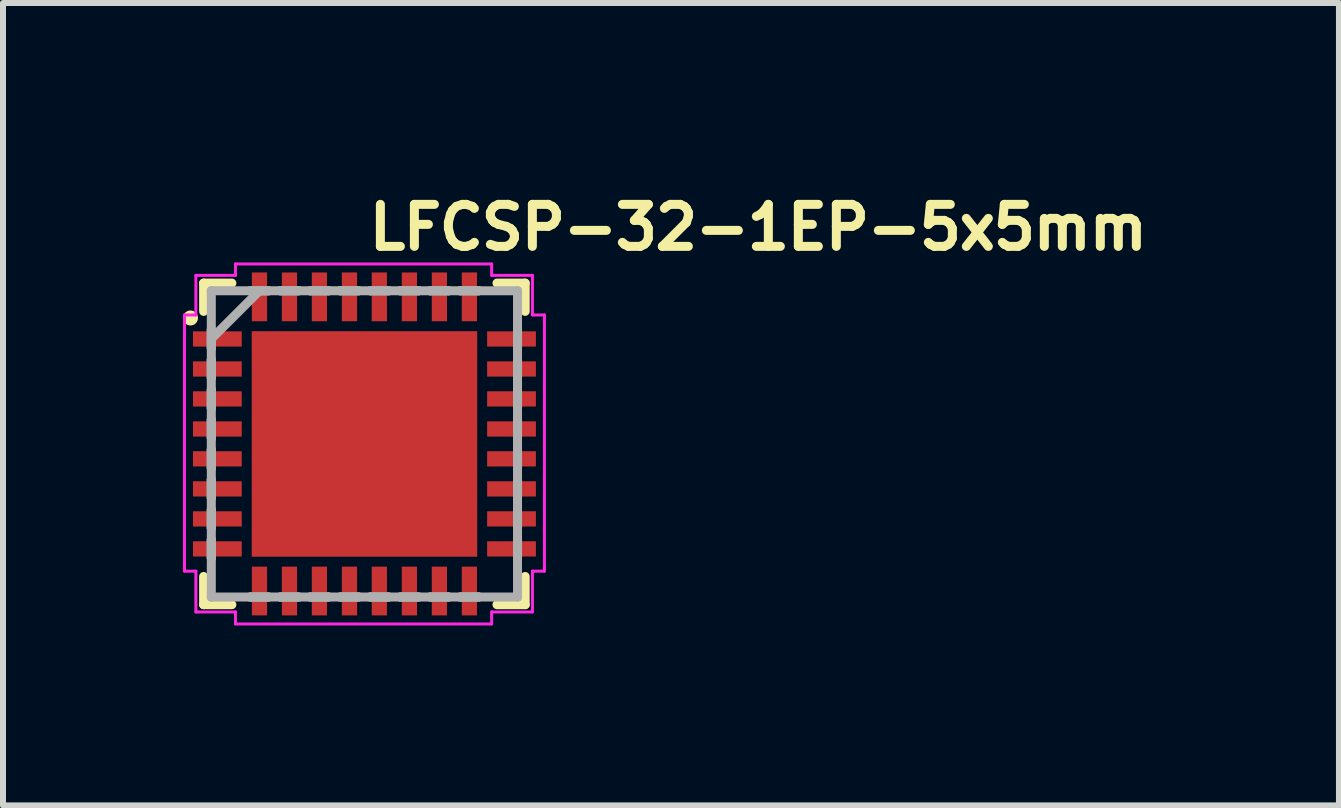
<source format=kicad_pcb>
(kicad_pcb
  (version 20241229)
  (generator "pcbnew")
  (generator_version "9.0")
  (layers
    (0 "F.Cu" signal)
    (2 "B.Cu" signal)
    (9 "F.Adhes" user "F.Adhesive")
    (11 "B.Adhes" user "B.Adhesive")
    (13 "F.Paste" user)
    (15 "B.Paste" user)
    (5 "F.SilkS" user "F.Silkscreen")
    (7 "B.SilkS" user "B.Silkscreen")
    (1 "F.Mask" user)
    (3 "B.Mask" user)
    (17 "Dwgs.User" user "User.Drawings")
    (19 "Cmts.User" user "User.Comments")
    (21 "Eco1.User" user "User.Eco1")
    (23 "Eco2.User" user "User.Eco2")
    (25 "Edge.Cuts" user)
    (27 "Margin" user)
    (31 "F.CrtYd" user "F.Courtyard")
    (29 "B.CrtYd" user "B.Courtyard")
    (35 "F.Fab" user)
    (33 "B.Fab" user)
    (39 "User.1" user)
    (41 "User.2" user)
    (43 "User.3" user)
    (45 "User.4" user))
  (footprint "LFCSP-32-1EP-5x5mm"
    (layer "F.Cu")
    (at 3.025 4.35)
    (property "Reference" "LFCSP-32-1EP-5x5mm" (at 0 -3.2 0) (layer "F.SilkS") (effects (font (size 0.7 0.7) (thickness 0.15)) (justify left bottom)))
    (attr smd)
    (fp_line (start -2.681 -2.681) (end -2.681 -2.21) (stroke (width 0.15) (type solid)) (layer "F.SilkS"))
    (fp_line (start -2.681 2.209) (end -2.681 2.679) (stroke (width 0.15) (type solid)) (layer "F.SilkS"))
    (fp_line (start -2.681 2.679) (end -2.21 2.679) (stroke (width 0.15) (type solid)) (layer "F.SilkS"))
    (fp_line (start -2.21 -2.681) (end -2.681 -2.681) (stroke (width 0.15) (type solid)) (layer "F.SilkS"))
    (fp_line (start 2.209 2.679) (end 2.679 2.679) (stroke (width 0.15) (type solid)) (layer "F.SilkS"))
    (fp_line (start 2.679 -2.681) (end 2.209 -2.681) (stroke (width 0.15) (type solid)) (layer "F.SilkS"))
    (fp_line (start 2.679 -2.21) (end 2.679 -2.681) (stroke (width 0.15) (type solid)) (layer "F.SilkS"))
    (fp_line (start 2.679 2.679) (end 2.679 2.209) (stroke (width 0.15) (type solid)) (layer "F.SilkS"))
    (fp_circle (center -2.9 -2.1) (end -2.85 -2.1) (stroke (width 0.15) (type solid)) (fill yes) (layer "F.SilkS"))
    (fp_line (start -3 -2.15) (end -2.81 -2.15) (stroke (width 0.05) (type solid)) (layer "F.CrtYd"))
    (fp_line (start -3 2.12) (end -3 -2.15) (stroke (width 0.05) (type solid)) (layer "F.CrtYd"))
    (fp_line (start -2.81 -2.81) (end -2.15 -2.81) (stroke (width 0.05) (type solid)) (layer "F.CrtYd"))
    (fp_line (start -2.81 -2.15) (end -2.81 -2.81) (stroke (width 0.05) (type solid)) (layer "F.CrtYd"))
    (fp_line (start -2.81 2.12) (end -3 2.12) (stroke (width 0.05) (type solid)) (layer "F.CrtYd"))
    (fp_line (start -2.81 2.8) (end -2.81 2.12) (stroke (width 0.05) (type solid)) (layer "F.CrtYd"))
    (fp_line (start -2.15 -3) (end 2.12 -3) (stroke (width 0.05) (type solid)) (layer "F.CrtYd"))
    (fp_line (start -2.15 -2.81) (end -2.15 -3) (stroke (width 0.05) (type solid)) (layer "F.CrtYd"))
    (fp_line (start -2.15 2.8) (end -2.81 2.8) (stroke (width 0.05) (type solid)) (layer "F.CrtYd"))
    (fp_line (start -2.15 3) (end -2.15 2.8) (stroke (width 0.05) (type solid)) (layer "F.CrtYd"))
    (fp_line (start 2.12 -3) (end 2.12 -2.81) (stroke (width 0.05) (type solid)) (layer "F.CrtYd"))
    (fp_line (start 2.12 -2.81) (end 2.8 -2.81) (stroke (width 0.05) (type solid)) (layer "F.CrtYd"))
    (fp_line (start 2.12 2.8) (end 2.12 3) (stroke (width 0.05) (type solid)) (layer "F.CrtYd"))
    (fp_line (start 2.12 3) (end -2.15 3) (stroke (width 0.05) (type solid)) (layer "F.CrtYd"))
    (fp_line (start 2.8 -2.81) (end 2.8 -2.15) (stroke (width 0.05) (type solid)) (layer "F.CrtYd"))
    (fp_line (start 2.8 -2.15) (end 3 -2.15) (stroke (width 0.05) (type solid)) (layer "F.CrtYd"))
    (fp_line (start 2.8 2.12) (end 2.8 2.8) (stroke (width 0.05) (type solid)) (layer "F.CrtYd"))
    (fp_line (start 2.8 2.8) (end 2.12 2.8) (stroke (width 0.05) (type solid)) (layer "F.CrtYd"))
    (fp_line (start 3 -2.15) (end 3 2.12) (stroke (width 0.05) (type solid)) (layer "F.CrtYd"))
    (fp_line (start 3 2.12) (end 2.8 2.12) (stroke (width 0.05) (type solid)) (layer "F.CrtYd"))
    (fp_line (start -2.553 -2.553) (end -2.553 -2.553) (stroke (width 0.15) (type solid)) (layer "F.Fab"))
    (fp_line (start -2.553 -2.553) (end -2.553 2.551) (stroke (width 0.15) (type solid)) (layer "F.Fab"))
    (fp_line (start -2.553 -1.903) (end -2.553 -1.903) (stroke (width 0.15) (type solid)) (layer "F.Fab"))
    (fp_line (start -2.553 -1.903) (end -2.553 -1.599) (stroke (width 0.15) (type solid)) (layer "F.Fab"))
    (fp_line (start -2.553 -1.751) (end -1.751 -2.553) (stroke (width 0.15) (type solid)) (layer "F.Fab"))
    (fp_line (start -2.553 -1.599) (end -2.553 -1.903) (stroke (width 0.15) (type solid)) (layer "F.Fab"))
    (fp_line (start -2.553 -1.599) (end -2.553 -1.599) (stroke (width 0.15) (type solid)) (layer "F.Fab"))
    (fp_line (start -2.553 -1.403) (end -2.553 -1.403) (stroke (width 0.15) (type solid)) (layer "F.Fab"))
    (fp_line (start -2.553 -1.403) (end -2.553 -1.099) (stroke (width 0.15) (type solid)) (layer "F.Fab"))
    (fp_line (start -2.553 -1.099) (end -2.553 -1.403) (stroke (width 0.15) (type solid)) (layer "F.Fab"))
    (fp_line (start -2.553 -1.099) (end -2.553 -1.099) (stroke (width 0.15) (type solid)) (layer "F.Fab"))
    (fp_line (start -2.553 -0.904) (end -2.553 -0.904) (stroke (width 0.15) (type solid)) (layer "F.Fab"))
    (fp_line (start -2.553 -0.904) (end -2.553 -0.598) (stroke (width 0.15) (type solid)) (layer "F.Fab"))
    (fp_line (start -2.553 -0.598) (end -2.553 -0.904) (stroke (width 0.15) (type solid)) (layer "F.Fab"))
    (fp_line (start -2.553 -0.598) (end -2.553 -0.598) (stroke (width 0.15) (type solid)) (layer "F.Fab"))
    (fp_line (start -2.553 -0.404) (end -2.553 -0.404) (stroke (width 0.15) (type solid)) (layer "F.Fab"))
    (fp_line (start -2.553 -0.404) (end -2.553 -0.099) (stroke (width 0.15) (type solid)) (layer "F.Fab"))
    (fp_line (start -2.553 -0.099) (end -2.553 -0.404) (stroke (width 0.15) (type solid)) (layer "F.Fab"))
    (fp_line (start -2.553 -0.099) (end -2.553 -0.099) (stroke (width 0.15) (type solid)) (layer "F.Fab"))
    (fp_line (start -2.553 0.097) (end -2.553 0.097) (stroke (width 0.15) (type solid)) (layer "F.Fab"))
    (fp_line (start -2.553 0.097) (end -2.553 0.402) (stroke (width 0.15) (type solid)) (layer "F.Fab"))
    (fp_line (start -2.553 0.402) (end -2.553 0.097) (stroke (width 0.15) (type solid)) (layer "F.Fab"))
    (fp_line (start -2.553 0.402) (end -2.553 0.402) (stroke (width 0.15) (type solid)) (layer "F.Fab"))
    (fp_line (start -2.553 0.596) (end -2.553 0.596) (stroke (width 0.15) (type solid)) (layer "F.Fab"))
    (fp_line (start -2.553 0.596) (end -2.553 0.902) (stroke (width 0.15) (type solid)) (layer "F.Fab"))
    (fp_line (start -2.553 0.902) (end -2.553 0.596) (stroke (width 0.15) (type solid)) (layer "F.Fab"))
    (fp_line (start -2.553 0.902) (end -2.553 0.902) (stroke (width 0.15) (type solid)) (layer "F.Fab"))
    (fp_line (start -2.553 1.096) (end -2.553 1.096) (stroke (width 0.15) (type solid)) (layer "F.Fab"))
    (fp_line (start -2.553 1.096) (end -2.553 1.402) (stroke (width 0.15) (type solid)) (layer "F.Fab"))
    (fp_line (start -2.553 1.402) (end -2.553 1.096) (stroke (width 0.15) (type solid)) (layer "F.Fab"))
    (fp_line (start -2.553 1.402) (end -2.553 1.402) (stroke (width 0.15) (type solid)) (layer "F.Fab"))
    (fp_line (start -2.553 1.596) (end -2.553 1.596) (stroke (width 0.15) (type solid)) (layer "F.Fab"))
    (fp_line (start -2.553 1.596) (end -2.553 1.902) (stroke (width 0.15) (type solid)) (layer "F.Fab"))
    (fp_line (start -2.553 1.902) (end -2.553 1.596) (stroke (width 0.15) (type solid)) (layer "F.Fab"))
    (fp_line (start -2.553 1.902) (end -2.553 1.902) (stroke (width 0.15) (type solid)) (layer "F.Fab"))
    (fp_line (start -2.553 2.551) (end -2.553 2.551) (stroke (width 0.15) (type solid)) (layer "F.Fab"))
    (fp_line (start -2.553 2.551) (end 2.551 2.551) (stroke (width 0.15) (type solid)) (layer "F.Fab"))
    (fp_line (start -1.903 -2.553) (end -1.903 -2.553) (stroke (width 0.15) (type solid)) (layer "F.Fab"))
    (fp_line (start -1.903 -2.553) (end -1.599 -2.553) (stroke (width 0.15) (type solid)) (layer "F.Fab"))
    (fp_line (start -1.903 2.551) (end -1.903 2.551) (stroke (width 0.15) (type solid)) (layer "F.Fab"))
    (fp_line (start -1.903 2.551) (end -1.599 2.551) (stroke (width 0.15) (type solid)) (layer "F.Fab"))
    (fp_line (start -1.599 -2.553) (end -1.903 -2.553) (stroke (width 0.15) (type solid)) (layer "F.Fab"))
    (fp_line (start -1.599 -2.553) (end -1.599 -2.553) (stroke (width 0.15) (type solid)) (layer "F.Fab"))
    (fp_line (start -1.599 2.551) (end -1.903 2.551) (stroke (width 0.15) (type solid)) (layer "F.Fab"))
    (fp_line (start -1.599 2.551) (end -1.599 2.551) (stroke (width 0.15) (type solid)) (layer "F.Fab"))
    (fp_line (start -1.403 -2.553) (end -1.403 -2.553) (stroke (width 0.15) (type solid)) (layer "F.Fab"))
    (fp_line (start -1.403 -2.553) (end -1.099 -2.553) (stroke (width 0.15) (type solid)) (layer "F.Fab"))
    (fp_line (start -1.403 2.551) (end -1.403 2.551) (stroke (width 0.15) (type solid)) (layer "F.Fab"))
    (fp_line (start -1.403 2.551) (end -1.099 2.551) (stroke (width 0.15) (type solid)) (layer "F.Fab"))
    (fp_line (start -1.099 -2.553) (end -1.403 -2.553) (stroke (width 0.15) (type solid)) (layer "F.Fab"))
    (fp_line (start -1.099 -2.553) (end -1.099 -2.553) (stroke (width 0.15) (type solid)) (layer "F.Fab"))
    (fp_line (start -1.099 2.551) (end -1.403 2.551) (stroke (width 0.15) (type solid)) (layer "F.Fab"))
    (fp_line (start -1.099 2.551) (end -1.099 2.551) (stroke (width 0.15) (type solid)) (layer "F.Fab"))
    (fp_line (start -0.904 -2.553) (end -0.904 -2.553) (stroke (width 0.15) (type solid)) (layer "F.Fab"))
    (fp_line (start -0.904 -2.553) (end -0.598 -2.553) (stroke (width 0.15) (type solid)) (layer "F.Fab"))
    (fp_line (start -0.904 2.551) (end -0.904 2.551) (stroke (width 0.15) (type solid)) (layer "F.Fab"))
    (fp_line (start -0.904 2.551) (end -0.598 2.551) (stroke (width 0.15) (type solid)) (layer "F.Fab"))
    (fp_line (start -0.598 -2.553) (end -0.904 -2.553) (stroke (width 0.15) (type solid)) (layer "F.Fab"))
    (fp_line (start -0.598 -2.553) (end -0.598 -2.553) (stroke (width 0.15) (type solid)) (layer "F.Fab"))
    (fp_line (start -0.598 2.551) (end -0.904 2.551) (stroke (width 0.15) (type solid)) (layer "F.Fab"))
    (fp_line (start -0.598 2.551) (end -0.598 2.551) (stroke (width 0.15) (type solid)) (layer "F.Fab"))
    (fp_line (start -0.404 -2.553) (end -0.404 -2.553) (stroke (width 0.15) (type solid)) (layer "F.Fab"))
    (fp_line (start -0.404 -2.553) (end -0.099 -2.553) (stroke (width 0.15) (type solid)) (layer "F.Fab"))
    (fp_line (start -0.404 2.551) (end -0.404 2.551) (stroke (width 0.15) (type solid)) (layer "F.Fab"))
    (fp_line (start -0.404 2.551) (end -0.099 2.551) (stroke (width 0.15) (type solid)) (layer "F.Fab"))
    (fp_line (start -0.099 -2.553) (end -0.404 -2.553) (stroke (width 0.15) (type solid)) (layer "F.Fab"))
    (fp_line (start -0.099 -2.553) (end -0.099 -2.553) (stroke (width 0.15) (type solid)) (layer "F.Fab"))
    (fp_line (start -0.099 2.551) (end -0.404 2.551) (stroke (width 0.15) (type solid)) (layer "F.Fab"))
    (fp_line (start -0.099 2.551) (end -0.099 2.551) (stroke (width 0.15) (type solid)) (layer "F.Fab"))
    (fp_line (start 0.097 -2.553) (end 0.097 -2.553) (stroke (width 0.15) (type solid)) (layer "F.Fab"))
    (fp_line (start 0.097 -2.553) (end 0.402 -2.553) (stroke (width 0.15) (type solid)) (layer "F.Fab"))
    (fp_line (start 0.097 2.551) (end 0.097 2.551) (stroke (width 0.15) (type solid)) (layer "F.Fab"))
    (fp_line (start 0.097 2.551) (end 0.402 2.551) (stroke (width 0.15) (type solid)) (layer "F.Fab"))
    (fp_line (start 0.402 -2.553) (end 0.097 -2.553) (stroke (width 0.15) (type solid)) (layer "F.Fab"))
    (fp_line (start 0.402 -2.553) (end 0.402 -2.553) (stroke (width 0.15) (type solid)) (layer "F.Fab"))
    (fp_line (start 0.402 2.551) (end 0.097 2.551) (stroke (width 0.15) (type solid)) (layer "F.Fab"))
    (fp_line (start 0.402 2.551) (end 0.402 2.551) (stroke (width 0.15) (type solid)) (layer "F.Fab"))
    (fp_line (start 0.596 -2.553) (end 0.596 -2.553) (stroke (width 0.15) (type solid)) (layer "F.Fab"))
    (fp_line (start 0.596 -2.553) (end 0.902 -2.553) (stroke (width 0.15) (type solid)) (layer "F.Fab"))
    (fp_line (start 0.596 2.551) (end 0.596 2.551) (stroke (width 0.15) (type solid)) (layer "F.Fab"))
    (fp_line (start 0.596 2.551) (end 0.902 2.551) (stroke (width 0.15) (type solid)) (layer "F.Fab"))
    (fp_line (start 0.902 -2.553) (end 0.596 -2.553) (stroke (width 0.15) (type solid)) (layer "F.Fab"))
    (fp_line (start 0.902 -2.553) (end 0.902 -2.553) (stroke (width 0.15) (type solid)) (layer "F.Fab"))
    (fp_line (start 0.902 2.551) (end 0.596 2.551) (stroke (width 0.15) (type solid)) (layer "F.Fab"))
    (fp_line (start 0.902 2.551) (end 0.902 2.551) (stroke (width 0.15) (type solid)) (layer "F.Fab"))
    (fp_line (start 1.096 -2.553) (end 1.096 -2.553) (stroke (width 0.15) (type solid)) (layer "F.Fab"))
    (fp_line (start 1.096 -2.553) (end 1.402 -2.553) (stroke (width 0.15) (type solid)) (layer "F.Fab"))
    (fp_line (start 1.096 2.551) (end 1.096 2.551) (stroke (width 0.15) (type solid)) (layer "F.Fab"))
    (fp_line (start 1.096 2.551) (end 1.402 2.551) (stroke (width 0.15) (type solid)) (layer "F.Fab"))
    (fp_line (start 1.402 -2.553) (end 1.096 -2.553) (stroke (width 0.15) (type solid)) (layer "F.Fab"))
    (fp_line (start 1.402 -2.553) (end 1.402 -2.553) (stroke (width 0.15) (type solid)) (layer "F.Fab"))
    (fp_line (start 1.402 2.551) (end 1.096 2.551) (stroke (width 0.15) (type solid)) (layer "F.Fab"))
    (fp_line (start 1.402 2.551) (end 1.402 2.551) (stroke (width 0.15) (type solid)) (layer "F.Fab"))
    (fp_line (start 1.596 -2.553) (end 1.596 -2.553) (stroke (width 0.15) (type solid)) (layer "F.Fab"))
    (fp_line (start 1.596 -2.553) (end 1.902 -2.553) (stroke (width 0.15) (type solid)) (layer "F.Fab"))
    (fp_line (start 1.596 2.551) (end 1.596 2.551) (stroke (width 0.15) (type solid)) (layer "F.Fab"))
    (fp_line (start 1.596 2.551) (end 1.902 2.551) (stroke (width 0.15) (type solid)) (layer "F.Fab"))
    (fp_line (start 1.902 -2.553) (end 1.596 -2.553) (stroke (width 0.15) (type solid)) (layer "F.Fab"))
    (fp_line (start 1.902 -2.553) (end 1.902 -2.553) (stroke (width 0.15) (type solid)) (layer "F.Fab"))
    (fp_line (start 1.902 2.551) (end 1.596 2.551) (stroke (width 0.15) (type solid)) (layer "F.Fab"))
    (fp_line (start 1.902 2.551) (end 1.902 2.551) (stroke (width 0.15) (type solid)) (layer "F.Fab"))
    (fp_line (start 2.551 -2.553) (end -2.553 -2.553) (stroke (width 0.15) (type solid)) (layer "F.Fab"))
    (fp_line (start 2.551 -2.553) (end 2.551 -2.553) (stroke (width 0.15) (type solid)) (layer "F.Fab"))
    (fp_line (start 2.551 -1.903) (end 2.551 -1.903) (stroke (width 0.15) (type solid)) (layer "F.Fab"))
    (fp_line (start 2.551 -1.903) (end 2.551 -1.599) (stroke (width 0.15) (type solid)) (layer "F.Fab"))
    (fp_line (start 2.551 -1.599) (end 2.551 -1.903) (stroke (width 0.15) (type solid)) (layer "F.Fab"))
    (fp_line (start 2.551 -1.599) (end 2.551 -1.599) (stroke (width 0.15) (type solid)) (layer "F.Fab"))
    (fp_line (start 2.551 -1.403) (end 2.551 -1.403) (stroke (width 0.15) (type solid)) (layer "F.Fab"))
    (fp_line (start 2.551 -1.403) (end 2.551 -1.099) (stroke (width 0.15) (type solid)) (layer "F.Fab"))
    (fp_line (start 2.551 -1.099) (end 2.551 -1.403) (stroke (width 0.15) (type solid)) (layer "F.Fab"))
    (fp_line (start 2.551 -1.099) (end 2.551 -1.099) (stroke (width 0.15) (type solid)) (layer "F.Fab"))
    (fp_line (start 2.551 -0.904) (end 2.551 -0.904) (stroke (width 0.15) (type solid)) (layer "F.Fab"))
    (fp_line (start 2.551 -0.904) (end 2.551 -0.598) (stroke (width 0.15) (type solid)) (layer "F.Fab"))
    (fp_line (start 2.551 -0.598) (end 2.551 -0.904) (stroke (width 0.15) (type solid)) (layer "F.Fab"))
    (fp_line (start 2.551 -0.598) (end 2.551 -0.598) (stroke (width 0.15) (type solid)) (layer "F.Fab"))
    (fp_line (start 2.551 -0.404) (end 2.551 -0.404) (stroke (width 0.15) (type solid)) (layer "F.Fab"))
    (fp_line (start 2.551 -0.404) (end 2.551 -0.099) (stroke (width 0.15) (type solid)) (layer "F.Fab"))
    (fp_line (start 2.551 -0.099) (end 2.551 -0.404) (stroke (width 0.15) (type solid)) (layer "F.Fab"))
    (fp_line (start 2.551 -0.099) (end 2.551 -0.099) (stroke (width 0.15) (type solid)) (layer "F.Fab"))
    (fp_line (start 2.551 0.097) (end 2.551 0.097) (stroke (width 0.15) (type solid)) (layer "F.Fab"))
    (fp_line (start 2.551 0.097) (end 2.551 0.402) (stroke (width 0.15) (type solid)) (layer "F.Fab"))
    (fp_line (start 2.551 0.402) (end 2.551 0.097) (stroke (width 0.15) (type solid)) (layer "F.Fab"))
    (fp_line (start 2.551 0.402) (end 2.551 0.402) (stroke (width 0.15) (type solid)) (layer "F.Fab"))
    (fp_line (start 2.551 0.596) (end 2.551 0.596) (stroke (width 0.15) (type solid)) (layer "F.Fab"))
    (fp_line (start 2.551 0.596) (end 2.551 0.902) (stroke (width 0.15) (type solid)) (layer "F.Fab"))
    (fp_line (start 2.551 0.902) (end 2.551 0.596) (stroke (width 0.15) (type solid)) (layer "F.Fab"))
    (fp_line (start 2.551 0.902) (end 2.551 0.902) (stroke (width 0.15) (type solid)) (layer "F.Fab"))
    (fp_line (start 2.551 1.096) (end 2.551 1.096) (stroke (width 0.15) (type solid)) (layer "F.Fab"))
    (fp_line (start 2.551 1.096) (end 2.551 1.402) (stroke (width 0.15) (type solid)) (layer "F.Fab"))
    (fp_line (start 2.551 1.402) (end 2.551 1.096) (stroke (width 0.15) (type solid)) (layer "F.Fab"))
    (fp_line (start 2.551 1.402) (end 2.551 1.402) (stroke (width 0.15) (type solid)) (layer "F.Fab"))
    (fp_line (start 2.551 1.596) (end 2.551 1.596) (stroke (width 0.15) (type solid)) (layer "F.Fab"))
    (fp_line (start 2.551 1.596) (end 2.551 1.902) (stroke (width 0.15) (type solid)) (layer "F.Fab"))
    (fp_line (start 2.551 1.902) (end 2.551 1.596) (stroke (width 0.15) (type solid)) (layer "F.Fab"))
    (fp_line (start 2.551 1.902) (end 2.551 1.902) (stroke (width 0.15) (type solid)) (layer "F.Fab"))
    (fp_line (start 2.551 2.551) (end 2.551 -2.553) (stroke (width 0.15) (type solid)) (layer "F.Fab"))
    (fp_line (start 2.551 2.551) (end 2.551 2.551) (stroke (width 0.15) (type solid)) (layer "F.Fab"))
    (fp_rect (start -2.501 -2.501) (end 2.499 2.499) (stroke (width 0.1) (type solid)) (fill no) (layer "User.5"))
    (fp_line (start -2.501 -1.875) (end -2.5 -1.875) (stroke (width 0.02) (type solid)) (layer "User.9"))
    (fp_line (start -2.501 -1.625) (end -2.501 -1.875) (stroke (width 0.02) (type solid)) (layer "User.9"))
    (fp_line (start -2.501 -1.375) (end -2.5 -1.375) (stroke (width 0.02) (type solid)) (layer "User.9"))
    (fp_line (start -2.501 -1.125) (end -2.501 -1.375) (stroke (width 0.02) (type solid)) (layer "User.9"))
    (fp_line (start -2.501 -0.875) (end -2.5 -0.875) (stroke (width 0.02) (type solid)) (layer "User.9"))
    (fp_line (start -2.501 -0.625) (end -2.501 -0.875) (stroke (width 0.02) (type solid)) (layer "User.9"))
    (fp_line (start -2.501 -0.375) (end -2.5 -0.375) (stroke (width 0.02) (type solid)) (layer "User.9"))
    (fp_line (start -2.501 -0.125) (end -2.501 -0.375) (stroke (width 0.02) (type solid)) (layer "User.9"))
    (fp_line (start -2.501 0.123) (end -2.5 0.123) (stroke (width 0.02) (type solid)) (layer "User.9"))
    (fp_line (start -2.501 0.373) (end -2.501 0.123) (stroke (width 0.02) (type solid)) (layer "User.9"))
    (fp_line (start -2.501 0.623) (end -2.5 0.623) (stroke (width 0.02) (type solid)) (layer "User.9"))
    (fp_line (start -2.501 0.873) (end -2.501 0.623) (stroke (width 0.02) (type solid)) (layer "User.9"))
    (fp_line (start -2.501 1.124) (end -2.5 1.124) (stroke (width 0.02) (type solid)) (layer "User.9"))
    (fp_line (start -2.501 1.374) (end -2.501 1.124) (stroke (width 0.02) (type solid)) (layer "User.9"))
    (fp_line (start -2.501 1.624) (end -2.5 1.624) (stroke (width 0.02) (type solid)) (layer "User.9"))
    (fp_line (start -2.501 1.874) (end -2.501 1.624) (stroke (width 0.02) (type solid)) (layer "User.9"))
    (fp_line (start -2.5 -2.5) (end -2.5 2.499) (stroke (width 0.02) (type solid)) (layer "User.9"))
    (fp_line (start -2.5 -1.625) (end -2.501 -1.625) (stroke (width 0.02) (type solid)) (layer "User.9"))
    (fp_line (start -2.5 -1.125) (end -2.501 -1.125) (stroke (width 0.02) (type solid)) (layer "User.9"))
    (fp_line (start -2.5 -0.625) (end -2.501 -0.625) (stroke (width 0.02) (type solid)) (layer "User.9"))
    (fp_line (start -2.5 -0.125) (end -2.501 -0.125) (stroke (width 0.02) (type solid)) (layer "User.9"))
    (fp_line (start -2.5 0.373) (end -2.501 0.373) (stroke (width 0.02) (type solid)) (layer "User.9"))
    (fp_line (start -2.5 0.873) (end -2.501 0.873) (stroke (width 0.02) (type solid)) (layer "User.9"))
    (fp_line (start -2.5 1.374) (end -2.501 1.374) (stroke (width 0.02) (type solid)) (layer "User.9"))
    (fp_line (start -2.5 1.874) (end -2.501 1.874) (stroke (width 0.02) (type solid)) (layer "User.9"))
    (fp_line (start -2.5 2.499) (end 2.499 2.499) (stroke (width 0.02) (type solid)) (layer "User.9"))
    (fp_line (start -1.875 -2.501) (end -1.625 -2.501) (stroke (width 0.02) (type solid)) (layer "User.9"))
    (fp_line (start -1.875 -2.5) (end -1.875 -2.501) (stroke (width 0.02) (type solid)) (layer "User.9"))
    (fp_line (start -1.875 2.499) (end -1.875 2.499) (stroke (width 0.02) (type solid)) (layer "User.9"))
    (fp_line (start -1.875 2.499) (end -1.625 2.499) (stroke (width 0.02) (type solid)) (layer "User.9"))
    (fp_line (start -1.625 -2.501) (end -1.625 -2.5) (stroke (width 0.02) (type solid)) (layer "User.9"))
    (fp_line (start -1.625 2.499) (end -1.625 2.499) (stroke (width 0.02) (type solid)) (layer "User.9"))
    (fp_line (start -1.375 -2.501) (end -1.125 -2.501) (stroke (width 0.02) (type solid)) (layer "User.9"))
    (fp_line (start -1.375 -2.5) (end -1.375 -2.501) (stroke (width 0.02) (type solid)) (layer "User.9"))
    (fp_line (start -1.375 2.499) (end -1.375 2.499) (stroke (width 0.02) (type solid)) (layer "User.9"))
    (fp_line (start -1.375 2.499) (end -1.125 2.499) (stroke (width 0.02) (type solid)) (layer "User.9"))
    (fp_line (start -1.125 -2.501) (end -1.125 -2.5) (stroke (width 0.02) (type solid)) (layer "User.9"))
    (fp_line (start -1.125 2.499) (end -1.125 2.499) (stroke (width 0.02) (type solid)) (layer "User.9"))
    (fp_line (start -0.875 -2.501) (end -0.625 -2.501) (stroke (width 0.02) (type solid)) (layer "User.9"))
    (fp_line (start -0.875 -2.5) (end -0.875 -2.501) (stroke (width 0.02) (type solid)) (layer "User.9"))
    (fp_line (start -0.875 2.499) (end -0.875 2.499) (stroke (width 0.02) (type solid)) (layer "User.9"))
    (fp_line (start -0.875 2.499) (end -0.625 2.499) (stroke (width 0.02) (type solid)) (layer "User.9"))
    (fp_line (start -0.625 -2.501) (end -0.625 -2.5) (stroke (width 0.02) (type solid)) (layer "User.9"))
    (fp_line (start -0.625 2.499) (end -0.625 2.499) (stroke (width 0.02) (type solid)) (layer "User.9"))
    (fp_line (start -0.375 -2.501) (end -0.125 -2.501) (stroke (width 0.02) (type solid)) (layer "User.9"))
    (fp_line (start -0.375 -2.5) (end -0.375 -2.501) (stroke (width 0.02) (type solid)) (layer "User.9"))
    (fp_line (start -0.375 2.499) (end -0.375 2.499) (stroke (width 0.02) (type solid)) (layer "User.9"))
    (fp_line (start -0.375 2.499) (end -0.125 2.499) (stroke (width 0.02) (type solid)) (layer "User.9"))
    (fp_line (start -0.125 -2.501) (end -0.125 -2.5) (stroke (width 0.02) (type solid)) (layer "User.9"))
    (fp_line (start -0.125 2.499) (end -0.125 2.499) (stroke (width 0.02) (type solid)) (layer "User.9"))
    (fp_line (start 0.123 -2.501) (end 0.123 -2.5) (stroke (width 0.02) (type solid)) (layer "User.9"))
    (fp_line (start 0.123 2.499) (end 0.123 2.499) (stroke (width 0.02) (type solid)) (layer "User.9"))
    (fp_line (start 0.373 -2.501) (end 0.123 -2.501) (stroke (width 0.02) (type solid)) (layer "User.9"))
    (fp_line (start 0.373 -2.5) (end 0.373 -2.501) (stroke (width 0.02) (type solid)) (layer "User.9"))
    (fp_line (start 0.373 2.499) (end 0.123 2.499) (stroke (width 0.02) (type solid)) (layer "User.9"))
    (fp_line (start 0.373 2.499) (end 0.373 2.499) (stroke (width 0.02) (type solid)) (layer "User.9"))
    (fp_line (start 0.623 -2.501) (end 0.623 -2.5) (stroke (width 0.02) (type solid)) (layer "User.9"))
    (fp_line (start 0.623 2.499) (end 0.623 2.499) (stroke (width 0.02) (type solid)) (layer "User.9"))
    (fp_line (start 0.873 -2.501) (end 0.623 -2.501) (stroke (width 0.02) (type solid)) (layer "User.9"))
    (fp_line (start 0.873 -2.5) (end 0.873 -2.501) (stroke (width 0.02) (type solid)) (layer "User.9"))
    (fp_line (start 0.873 2.499) (end 0.623 2.499) (stroke (width 0.02) (type solid)) (layer "User.9"))
    (fp_line (start 0.873 2.499) (end 0.873 2.499) (stroke (width 0.02) (type solid)) (layer "User.9"))
    (fp_line (start 1.124 -2.501) (end 1.124 -2.5) (stroke (width 0.02) (type solid)) (layer "User.9"))
    (fp_line (start 1.124 2.499) (end 1.124 2.499) (stroke (width 0.02) (type solid)) (layer "User.9"))
    (fp_line (start 1.374 -2.501) (end 1.124 -2.501) (stroke (width 0.02) (type solid)) (layer "User.9"))
    (fp_line (start 1.374 -2.5) (end 1.374 -2.501) (stroke (width 0.02) (type solid)) (layer "User.9"))
    (fp_line (start 1.374 2.499) (end 1.124 2.499) (stroke (width 0.02) (type solid)) (layer "User.9"))
    (fp_line (start 1.374 2.499) (end 1.374 2.499) (stroke (width 0.02) (type solid)) (layer "User.9"))
    (fp_line (start 1.624 -2.501) (end 1.624 -2.5) (stroke (width 0.02) (type solid)) (layer "User.9"))
    (fp_line (start 1.624 2.499) (end 1.624 2.499) (stroke (width 0.02) (type solid)) (layer "User.9"))
    (fp_line (start 1.874 -2.501) (end 1.624 -2.501) (stroke (width 0.02) (type solid)) (layer "User.9"))
    (fp_line (start 1.874 -2.5) (end 1.874 -2.501) (stroke (width 0.02) (type solid)) (layer "User.9"))
    (fp_line (start 1.874 2.499) (end 1.624 2.499) (stroke (width 0.02) (type solid)) (layer "User.9"))
    (fp_line (start 1.874 2.499) (end 1.874 2.499) (stroke (width 0.02) (type solid)) (layer "User.9"))
    (fp_line (start 2.499 -1.875) (end 2.499 -1.875) (stroke (width 0.02) (type solid)) (layer "User.9"))
    (fp_line (start 2.499 -1.625) (end 2.499 -1.875) (stroke (width 0.02) (type solid)) (layer "User.9"))
    (fp_line (start 2.499 -1.625) (end 2.499 -1.625) (stroke (width 0.02) (type solid)) (layer "User.9"))
    (fp_line (start 2.499 -1.375) (end 2.499 -1.375) (stroke (width 0.02) (type solid)) (layer "User.9"))
    (fp_line (start 2.499 -1.125) (end 2.499 -1.375) (stroke (width 0.02) (type solid)) (layer "User.9"))
    (fp_line (start 2.499 -1.125) (end 2.499 -1.125) (stroke (width 0.02) (type solid)) (layer "User.9"))
    (fp_line (start 2.499 -0.875) (end 2.499 -0.875) (stroke (width 0.02) (type solid)) (layer "User.9"))
    (fp_line (start 2.499 -0.625) (end 2.499 -0.875) (stroke (width 0.02) (type solid)) (layer "User.9"))
    (fp_line (start 2.499 -0.625) (end 2.499 -0.625) (stroke (width 0.02) (type solid)) (layer "User.9"))
    (fp_line (start 2.499 -0.375) (end 2.499 -0.375) (stroke (width 0.02) (type solid)) (layer "User.9"))
    (fp_line (start 2.499 -0.125) (end 2.499 -0.375) (stroke (width 0.02) (type solid)) (layer "User.9"))
    (fp_line (start 2.499 -0.125) (end 2.499 -0.125) (stroke (width 0.02) (type solid)) (layer "User.9"))
    (fp_line (start 2.499 0.123) (end 2.499 0.123) (stroke (width 0.02) (type solid)) (layer "User.9"))
    (fp_line (start 2.499 0.373) (end 2.499 0.123) (stroke (width 0.02) (type solid)) (layer "User.9"))
    (fp_line (start 2.499 0.373) (end 2.499 0.373) (stroke (width 0.02) (type solid)) (layer "User.9"))
    (fp_line (start 2.499 0.623) (end 2.499 0.623) (stroke (width 0.02) (type solid)) (layer "User.9"))
    (fp_line (start 2.499 0.873) (end 2.499 0.623) (stroke (width 0.02) (type solid)) (layer "User.9"))
    (fp_line (start 2.499 0.873) (end 2.499 0.873) (stroke (width 0.02) (type solid)) (layer "User.9"))
    (fp_line (start 2.499 1.124) (end 2.499 1.124) (stroke (width 0.02) (type solid)) (layer "User.9"))
    (fp_line (start 2.499 1.374) (end 2.499 1.124) (stroke (width 0.02) (type solid)) (layer "User.9"))
    (fp_line (start 2.499 1.374) (end 2.499 1.374) (stroke (width 0.02) (type solid)) (layer "User.9"))
    (fp_line (start 2.499 1.624) (end 2.499 1.624) (stroke (width 0.02) (type solid)) (layer "User.9"))
    (fp_line (start 2.499 1.874) (end 2.499 1.624) (stroke (width 0.02) (type solid)) (layer "User.9"))
    (fp_line (start 2.499 1.874) (end 2.499 1.874) (stroke (width 0.02) (type solid)) (layer "User.9"))
    (fp_line (start 2.499 2.499) (end 2.499 -2.5) (stroke (width 0.02) (type solid)) (layer "User.9"))
    (fp_line (start 2.5 -2.5) (end -2.5 -2.5) (stroke (width 0.02) (type solid)) (layer "User.9"))
    (fp_circle (center -1.85 -1.85) (end -1.725 -1.85) (stroke (width 0.05) (type solid)) (fill no) (layer "User.9"))
    (pad "" smd roundrect (at -0.941 -0.941) (size 1.678 1.678) (layers "F.Paste") (roundrect_rratio 0.03))
    (pad "" smd roundrect (at -0.941 0.94) (size 1.678 1.679) (layers "F.Paste") (roundrect_rratio 0.03))
    (pad "" smd roundrect (at 0.94 -0.941) (size 1.679 1.678) (layers "F.Paste") (roundrect_rratio 0.03))
    (pad "" smd roundrect (at 0.94 0.94) (size 1.679 1.679) (layers "F.Paste") (roundrect_rratio 0.03))
    (pad "1" smd rect (at -2.452 -1.75 90) (size 0.254 0.813) (layers "F.Cu" "F.Mask" "F.Paste"))
    (pad "2" smd rect (at -2.452 -1.25 90) (size 0.254 0.813) (layers "F.Cu" "F.Mask" "F.Paste"))
    (pad "3" smd rect (at -2.452 -0.751 90) (size 0.254 0.813) (layers "F.Cu" "F.Mask" "F.Paste"))
    (pad "4" smd rect (at -2.452 -0.25 90) (size 0.254 0.813) (layers "F.Cu" "F.Mask" "F.Paste"))
    (pad "5" smd rect (at -2.452 0.248 90) (size 0.254 0.813) (layers "F.Cu" "F.Mask" "F.Paste"))
    (pad "6" smd rect (at -2.452 0.749 90) (size 0.254 0.813) (layers "F.Cu" "F.Mask" "F.Paste"))
    (pad "7" smd rect (at -2.452 1.249 90) (size 0.254 0.813) (layers "F.Cu" "F.Mask" "F.Paste"))
    (pad "8" smd rect (at -2.452 1.749 90) (size 0.254 0.813) (layers "F.Cu" "F.Mask" "F.Paste"))
    (pad "9" smd rect (at -1.75 2.451) (size 0.254 0.813) (layers "F.Cu" "F.Mask" "F.Paste"))
    (pad "10" smd rect (at -1.25 2.451) (size 0.254 0.813) (layers "F.Cu" "F.Mask" "F.Paste"))
    (pad "11" smd rect (at -0.751 2.451) (size 0.254 0.813) (layers "F.Cu" "F.Mask" "F.Paste"))
    (pad "12" smd rect (at -0.25 2.451) (size 0.254 0.813) (layers "F.Cu" "F.Mask" "F.Paste"))
    (pad "13" smd rect (at 0.248 2.451) (size 0.254 0.813) (layers "F.Cu" "F.Mask" "F.Paste"))
    (pad "14" smd rect (at 0.749 2.451) (size 0.254 0.813) (layers "F.Cu" "F.Mask" "F.Paste"))
    (pad "15" smd rect (at 1.249 2.451) (size 0.254 0.813) (layers "F.Cu" "F.Mask" "F.Paste"))
    (pad "16" smd rect (at 1.749 2.451) (size 0.254 0.813) (layers "F.Cu" "F.Mask" "F.Paste"))
    (pad "17" smd rect (at 2.451 1.749 90) (size 0.254 0.813) (layers "F.Cu" "F.Mask" "F.Paste"))
    (pad "18" smd rect (at 2.451 1.249 90) (size 0.254 0.813) (layers "F.Cu" "F.Mask" "F.Paste"))
    (pad "19" smd rect (at 2.451 0.749 90) (size 0.254 0.813) (layers "F.Cu" "F.Mask" "F.Paste"))
    (pad "20" smd rect (at 2.451 0.248 90) (size 0.254 0.813) (layers "F.Cu" "F.Mask" "F.Paste"))
    (pad "21" smd rect (at 2.451 -0.25 90) (size 0.254 0.813) (layers "F.Cu" "F.Mask" "F.Paste"))
    (pad "22" smd rect (at 2.451 -0.751 90) (size 0.254 0.813) (layers "F.Cu" "F.Mask" "F.Paste"))
    (pad "23" smd rect (at 2.451 -1.25 90) (size 0.254 0.813) (layers "F.Cu" "F.Mask" "F.Paste"))
    (pad "24" smd rect (at 2.451 -1.75 90) (size 0.254 0.813) (layers "F.Cu" "F.Mask" "F.Paste"))
    (pad "25" smd rect (at 1.749 -2.452) (size 0.254 0.813) (layers "F.Cu" "F.Mask" "F.Paste"))
    (pad "26" smd rect (at 1.249 -2.452) (size 0.254 0.813) (layers "F.Cu" "F.Mask" "F.Paste"))
    (pad "27" smd rect (at 0.749 -2.452) (size 0.254 0.813) (layers "F.Cu" "F.Mask" "F.Paste"))
    (pad "28" smd rect (at 0.248 -2.452) (size 0.254 0.813) (layers "F.Cu" "F.Mask" "F.Paste"))
    (pad "29" smd rect (at -0.25 -2.452) (size 0.254 0.813) (layers "F.Cu" "F.Mask" "F.Paste"))
    (pad "30" smd rect (at -0.751 -2.452) (size 0.254 0.813) (layers "F.Cu" "F.Mask" "F.Paste"))
    (pad "31" smd rect (at -1.25 -2.452) (size 0.254 0.813) (layers "F.Cu" "F.Mask" "F.Paste"))
    (pad "32" smd rect (at -1.75 -2.452) (size 0.254 0.813) (layers "F.Cu" "F.Mask" "F.Paste"))
    (pad "33" smd rect (at 0 0) (size 3.759 3.759) (layers "F.Cu" "F.Mask")))
  (gr_rect
    (start -3 -3)
    (end 19.268 10.375)
    (stroke (width 0.1) (type default))
    (fill no)
    (layer "Edge.Cuts")))
</source>
